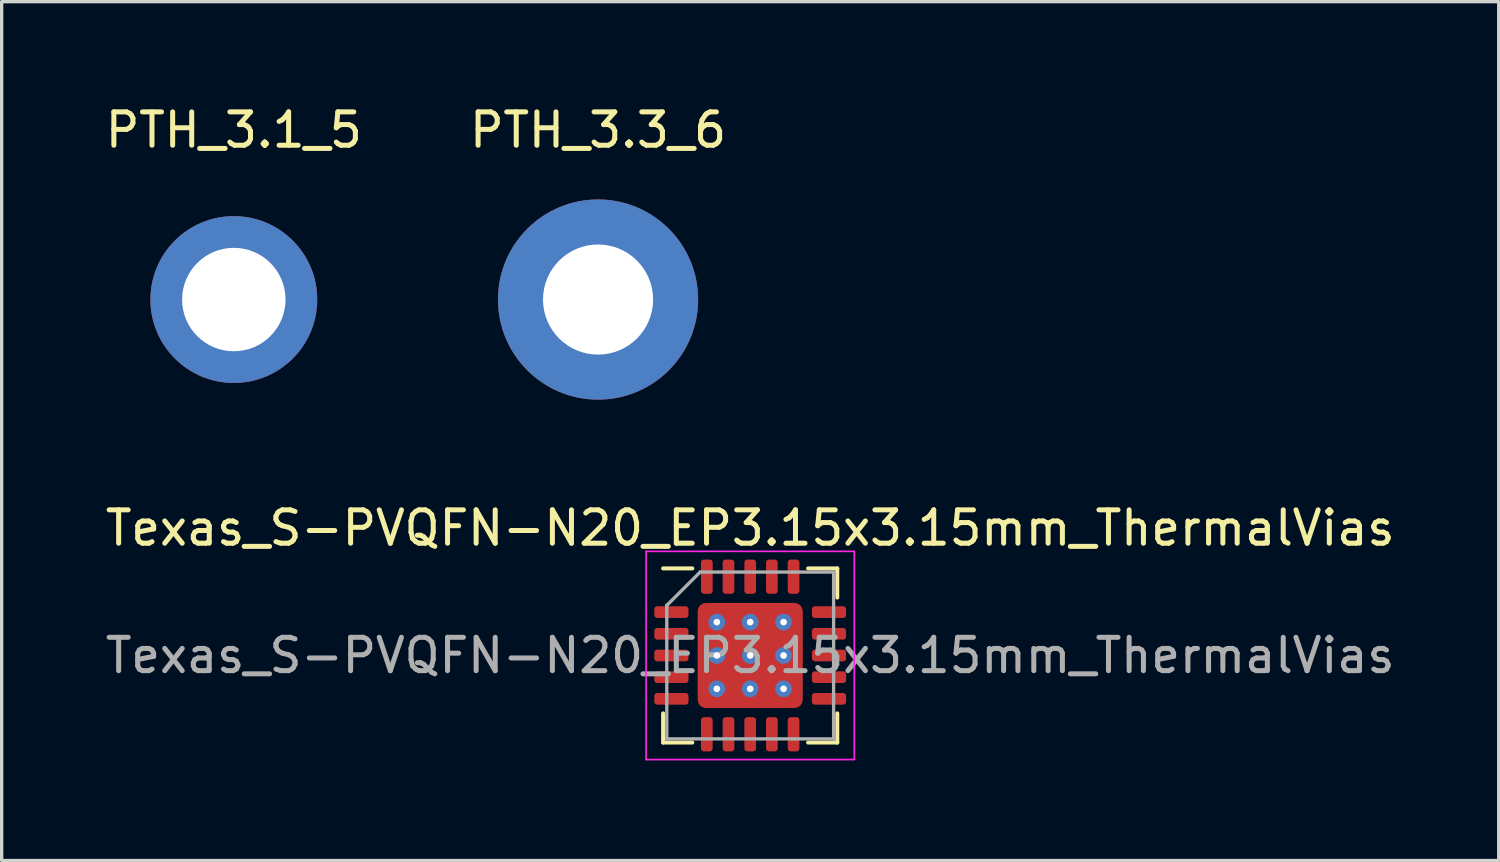
<source format=kicad_pcb>
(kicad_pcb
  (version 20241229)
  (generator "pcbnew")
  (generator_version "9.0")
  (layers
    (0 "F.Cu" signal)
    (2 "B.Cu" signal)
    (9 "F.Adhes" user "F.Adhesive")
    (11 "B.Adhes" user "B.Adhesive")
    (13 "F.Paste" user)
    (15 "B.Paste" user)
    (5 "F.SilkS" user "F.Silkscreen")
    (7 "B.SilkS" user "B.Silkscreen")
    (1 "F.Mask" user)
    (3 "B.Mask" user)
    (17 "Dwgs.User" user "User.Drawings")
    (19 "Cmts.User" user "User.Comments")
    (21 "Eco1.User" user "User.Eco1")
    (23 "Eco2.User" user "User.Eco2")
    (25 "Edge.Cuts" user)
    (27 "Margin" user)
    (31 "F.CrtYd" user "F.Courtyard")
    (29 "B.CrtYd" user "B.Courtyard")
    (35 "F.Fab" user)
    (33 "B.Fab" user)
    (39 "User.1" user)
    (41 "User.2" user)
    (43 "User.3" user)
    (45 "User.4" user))
  (footprint "PTH_3.3_6"
    (layer "F.Cu")
    (at 14.875 5.928)
    (property "Reference" "PTH_3.3_6" (at 0 -5.08 0) (layer "F.SilkS") (effects (font (size 1 1) (thickness 0.15))))
    (attr through_hole)
    (pad "1" thru_hole circle (at 0 0) (size 6 6) (drill 3.3) (layers "*.Cu" "*.Mask")))
  (footprint "Texas_S-PVQFN-N20_EP3.15x3.15mm_ThermalVias"
    (layer "F.Cu")
    (at 19.435 16.596)
    (property "Reference" "Texas_S-PVQFN-N20_EP3.15x3.15mm_ThermalVias" (at 0 -3.82 0) (layer "F.SilkS") (effects (font (size 1 1) (thickness 0.15))))
    (attr smd)
    (fp_line (start -2.61 2.61) (end -2.61 1.735) (stroke (width 0.12) (type solid)) (layer "F.SilkS"))
    (fp_line (start -1.735 -2.61) (end -2.61 -2.61) (stroke (width 0.12) (type solid)) (layer "F.SilkS"))
    (fp_line (start -1.735 2.61) (end -2.61 2.61) (stroke (width 0.12) (type solid)) (layer "F.SilkS"))
    (fp_line (start 1.735 -2.61) (end 2.61 -2.61) (stroke (width 0.12) (type solid)) (layer "F.SilkS"))
    (fp_line (start 1.735 2.61) (end 2.61 2.61) (stroke (width 0.12) (type solid)) (layer "F.SilkS"))
    (fp_line (start 2.61 -2.61) (end 2.61 -1.735) (stroke (width 0.12) (type solid)) (layer "F.SilkS"))
    (fp_line (start 2.61 2.61) (end 2.61 1.735) (stroke (width 0.12) (type solid)) (layer "F.SilkS"))
    (fp_line (start -3.12 -3.12) (end -3.12 3.12) (stroke (width 0.05) (type solid)) (layer "F.CrtYd"))
    (fp_line (start -3.12 3.12) (end 3.12 3.12) (stroke (width 0.05) (type solid)) (layer "F.CrtYd"))
    (fp_line (start 3.12 -3.12) (end -3.12 -3.12) (stroke (width 0.05) (type solid)) (layer "F.CrtYd"))
    (fp_line (start 3.12 3.12) (end 3.12 -3.12) (stroke (width 0.05) (type solid)) (layer "F.CrtYd"))
    (fp_line (start -2.5 -1.5) (end -1.5 -2.5) (stroke (width 0.1) (type solid)) (layer "F.Fab"))
    (fp_line (start -2.5 2.5) (end -2.5 -1.5) (stroke (width 0.1) (type solid)) (layer "F.Fab"))
    (fp_line (start -1.5 -2.5) (end 2.5 -2.5) (stroke (width 0.1) (type solid)) (layer "F.Fab"))
    (fp_line (start 2.5 -2.5) (end 2.5 2.5) (stroke (width 0.1) (type solid)) (layer "F.Fab"))
    (fp_line (start 2.5 2.5) (end -2.5 2.5) (stroke (width 0.1) (type solid)) (layer "F.Fab"))
    (fp_text user "${REFERENCE}" (at 0 0 0) (layer "F.Fab") (effects (font (size 1 1) (thickness 0.15))))
    (pad "" smd custom (at -1.288 -1.288) (size 0.342 0.342) (layers "F.Paste") (options (anchor circle)) (primitives (gr_poly (pts (xy -0.116 -0.116) (xy 0.116 -0.116) (xy 0.116 0.012) (xy 0.012 0.116) (xy -0.116 0.116)) (width 0.232) (fill yes))))
    (pad "" smd custom (at -1.288 -0.5) (size 0.371 0.371) (layers "F.Paste") (options (anchor circle)) (primitives (gr_poly (pts (xy -0.14 -0.311) (xy 0.063 -0.311) (xy 0.14 -0.235) (xy 0.14 0.235) (xy 0.063 0.311) (xy -0.14 0.311)) (width 0.184) (fill yes))))
    (pad "" smd custom (at -1.288 0.5) (size 0.371 0.371) (layers "F.Paste") (options (anchor circle)) (primitives (gr_poly (pts (xy -0.14 -0.311) (xy 0.063 -0.311) (xy 0.14 -0.235) (xy 0.14 0.235) (xy 0.063 0.311) (xy -0.14 0.311)) (width 0.184) (fill yes))))
    (pad "" smd custom (at -1.288 1.288) (size 0.342 0.342) (layers "F.Paste") (options (anchor circle)) (primitives (gr_poly (pts (xy -0.116 -0.116) (xy 0.012 -0.116) (xy 0.116 -0.012) (xy 0.116 0.116) (xy -0.116 0.116)) (width 0.232) (fill yes))))
    (pad "" smd custom (at -0.5 -1.288) (size 0.371 0.371) (layers "F.Paste") (options (anchor circle)) (primitives (gr_poly (pts (xy -0.311 -0.14) (xy 0.311 -0.14) (xy 0.311 0.063) (xy 0.235 0.14) (xy -0.235 0.14) (xy -0.311 0.063)) (width 0.184) (fill yes))))
    (pad "" smd roundrect (at -0.5 -0.5) (size 0.806 0.806) (layers "F.Paste") (roundrect_rratio 0.25))
    (pad "" smd roundrect (at -0.5 0.5) (size 0.806 0.806) (layers "F.Paste") (roundrect_rratio 0.25))
    (pad "" smd custom (at -0.5 1.288) (size 0.371 0.371) (layers "F.Paste") (options (anchor circle)) (primitives (gr_poly (pts (xy -0.311 -0.063) (xy -0.235 -0.14) (xy 0.235 -0.14) (xy 0.311 -0.063) (xy 0.311 0.14) (xy -0.311 0.14)) (width 0.184) (fill yes))))
    (pad "" smd custom (at 0.5 -1.288) (size 0.371 0.371) (layers "F.Paste") (options (anchor circle)) (primitives (gr_poly (pts (xy -0.311 -0.14) (xy 0.311 -0.14) (xy 0.311 0.063) (xy 0.235 0.14) (xy -0.235 0.14) (xy -0.311 0.063)) (width 0.184) (fill yes))))
    (pad "" smd roundrect (at 0.5 -0.5) (size 0.806 0.806) (layers "F.Paste") (roundrect_rratio 0.25))
    (pad "" smd roundrect (at 0.5 0.5) (size 0.806 0.806) (layers "F.Paste") (roundrect_rratio 0.25))
    (pad "" smd custom (at 0.5 1.288) (size 0.371 0.371) (layers "F.Paste") (options (anchor circle)) (primitives (gr_poly (pts (xy -0.311 -0.063) (xy -0.235 -0.14) (xy 0.235 -0.14) (xy 0.311 -0.063) (xy 0.311 0.14) (xy -0.311 0.14)) (width 0.184) (fill yes))))
    (pad "" smd custom (at 1.288 -1.288) (size 0.342 0.342) (layers "F.Paste") (options (anchor circle)) (primitives (gr_poly (pts (xy -0.116 -0.116) (xy 0.116 -0.116) (xy 0.116 0.116) (xy -0.012 0.116) (xy -0.116 0.012)) (width 0.232) (fill yes))))
    (pad "" smd custom (at 1.288 -0.5) (size 0.371 0.371) (layers "F.Paste") (options (anchor circle)) (primitives (gr_poly (pts (xy -0.14 -0.235) (xy -0.063 -0.311) (xy 0.14 -0.311) (xy 0.14 0.311) (xy -0.063 0.311) (xy -0.14 0.235)) (width 0.184) (fill yes))))
    (pad "" smd custom (at 1.288 0.5) (size 0.371 0.371) (layers "F.Paste") (options (anchor circle)) (primitives (gr_poly (pts (xy -0.14 -0.235) (xy -0.063 -0.311) (xy 0.14 -0.311) (xy 0.14 0.311) (xy -0.063 0.311) (xy -0.14 0.235)) (width 0.184) (fill yes))))
    (pad "" smd custom (at 1.288 1.288) (size 0.342 0.342) (layers "F.Paste") (options (anchor circle)) (primitives (gr_poly (pts (xy -0.116 -0.012) (xy -0.012 -0.116) (xy 0.116 -0.116) (xy 0.116 0.116) (xy -0.116 0.116)) (width 0.232) (fill yes))))
    (pad "1" smd roundrect (at -2.362 -1.3) (size 1.025 0.35) (layers "F.Cu" "F.Mask" "F.Paste") (roundrect_rratio 0.25))
    (pad "2" smd roundrect (at -2.362 -0.65) (size 1.025 0.35) (layers "F.Cu" "F.Mask" "F.Paste") (roundrect_rratio 0.25))
    (pad "3" smd roundrect (at -2.362 0) (size 1.025 0.35) (layers "F.Cu" "F.Mask" "F.Paste") (roundrect_rratio 0.25))
    (pad "4" smd roundrect (at -2.362 0.65) (size 1.025 0.35) (layers "F.Cu" "F.Mask" "F.Paste") (roundrect_rratio 0.25))
    (pad "5" smd roundrect (at -2.362 1.3) (size 1.025 0.35) (layers "F.Cu" "F.Mask" "F.Paste") (roundrect_rratio 0.25))
    (pad "6" smd roundrect (at -1.3 2.362) (size 0.35 1.025) (layers "F.Cu" "F.Mask" "F.Paste") (roundrect_rratio 0.25))
    (pad "7" smd roundrect (at -0.65 2.362) (size 0.35 1.025) (layers "F.Cu" "F.Mask" "F.Paste") (roundrect_rratio 0.25))
    (pad "8" smd roundrect (at 0 2.362) (size 0.35 1.025) (layers "F.Cu" "F.Mask" "F.Paste") (roundrect_rratio 0.25))
    (pad "9" smd roundrect (at 0.65 2.362) (size 0.35 1.025) (layers "F.Cu" "F.Mask" "F.Paste") (roundrect_rratio 0.25))
    (pad "10" smd roundrect (at 1.3 2.362) (size 0.35 1.025) (layers "F.Cu" "F.Mask" "F.Paste") (roundrect_rratio 0.25))
    (pad "11" smd roundrect (at 2.362 1.3) (size 1.025 0.35) (layers "F.Cu" "F.Mask" "F.Paste") (roundrect_rratio 0.25))
    (pad "12" smd roundrect (at 2.362 0.65) (size 1.025 0.35) (layers "F.Cu" "F.Mask" "F.Paste") (roundrect_rratio 0.25))
    (pad "13" smd roundrect (at 2.362 0) (size 1.025 0.35) (layers "F.Cu" "F.Mask" "F.Paste") (roundrect_rratio 0.25))
    (pad "14" smd roundrect (at 2.362 -0.65) (size 1.025 0.35) (layers "F.Cu" "F.Mask" "F.Paste") (roundrect_rratio 0.25))
    (pad "15" smd roundrect (at 2.362 -1.3) (size 1.025 0.35) (layers "F.Cu" "F.Mask" "F.Paste") (roundrect_rratio 0.25))
    (pad "16" smd roundrect (at 1.3 -2.362) (size 0.35 1.025) (layers "F.Cu" "F.Mask" "F.Paste") (roundrect_rratio 0.25))
    (pad "17" smd roundrect (at 0.65 -2.362) (size 0.35 1.025) (layers "F.Cu" "F.Mask" "F.Paste") (roundrect_rratio 0.25))
    (pad "18" smd roundrect (at 0 -2.362) (size 0.35 1.025) (layers "F.Cu" "F.Mask" "F.Paste") (roundrect_rratio 0.25))
    (pad "19" smd roundrect (at -0.65 -2.362) (size 0.35 1.025) (layers "F.Cu" "F.Mask" "F.Paste") (roundrect_rratio 0.25))
    (pad "20" smd roundrect (at -1.3 -2.362) (size 0.35 1.025) (layers "F.Cu" "F.Mask" "F.Paste") (roundrect_rratio 0.25))
    (pad "21" thru_hole circle (at -1 -1) (size 0.5 0.5) (drill 0.2) (layers "*.Cu"))
    (pad "21" thru_hole circle (at -1 0) (size 0.5 0.5) (drill 0.2) (layers "*.Cu"))
    (pad "21" thru_hole circle (at -1 1) (size 0.5 0.5) (drill 0.2) (layers "*.Cu"))
    (pad "21" thru_hole circle (at 0 -1) (size 0.5 0.5) (drill 0.2) (layers "*.Cu"))
    (pad "21" thru_hole circle (at 0 0) (size 0.5 0.5) (drill 0.2) (layers "*.Cu"))
    (pad "21" smd roundrect (at 0 0) (size 3.15 3.15) (layers "F.Cu" "F.Mask") (roundrect_rratio 0.079))
    (pad "21" thru_hole circle (at 0 1) (size 0.5 0.5) (drill 0.2) (layers "*.Cu"))
    (pad "21" thru_hole circle (at 1 -1) (size 0.5 0.5) (drill 0.2) (layers "*.Cu"))
    (pad "21" thru_hole circle (at 1 0) (size 0.5 0.5) (drill 0.2) (layers "*.Cu"))
    (pad "21" thru_hole circle (at 1 1) (size 0.5 0.5) (drill 0.2) (layers "*.Cu")))
  (footprint "PTH_3.1_5"
    (layer "F.Cu")
    (at 3.958 5.928)
    (property "Reference" "PTH_3.1_5" (at 0 -5.08 0) (layer "F.SilkS") (effects (font (size 1 1) (thickness 0.15))))
    (attr through_hole)
    (pad "1" thru_hole circle (at 0 0) (size 5 5) (drill 3.1) (layers "*.Cu" "*.Mask")))
  (gr_rect
    (start -3 -3)
    (end 41.869 22.741)
    (stroke (width 0.1) (type default))
    (fill no)
    (layer "Edge.Cuts")))
</source>
